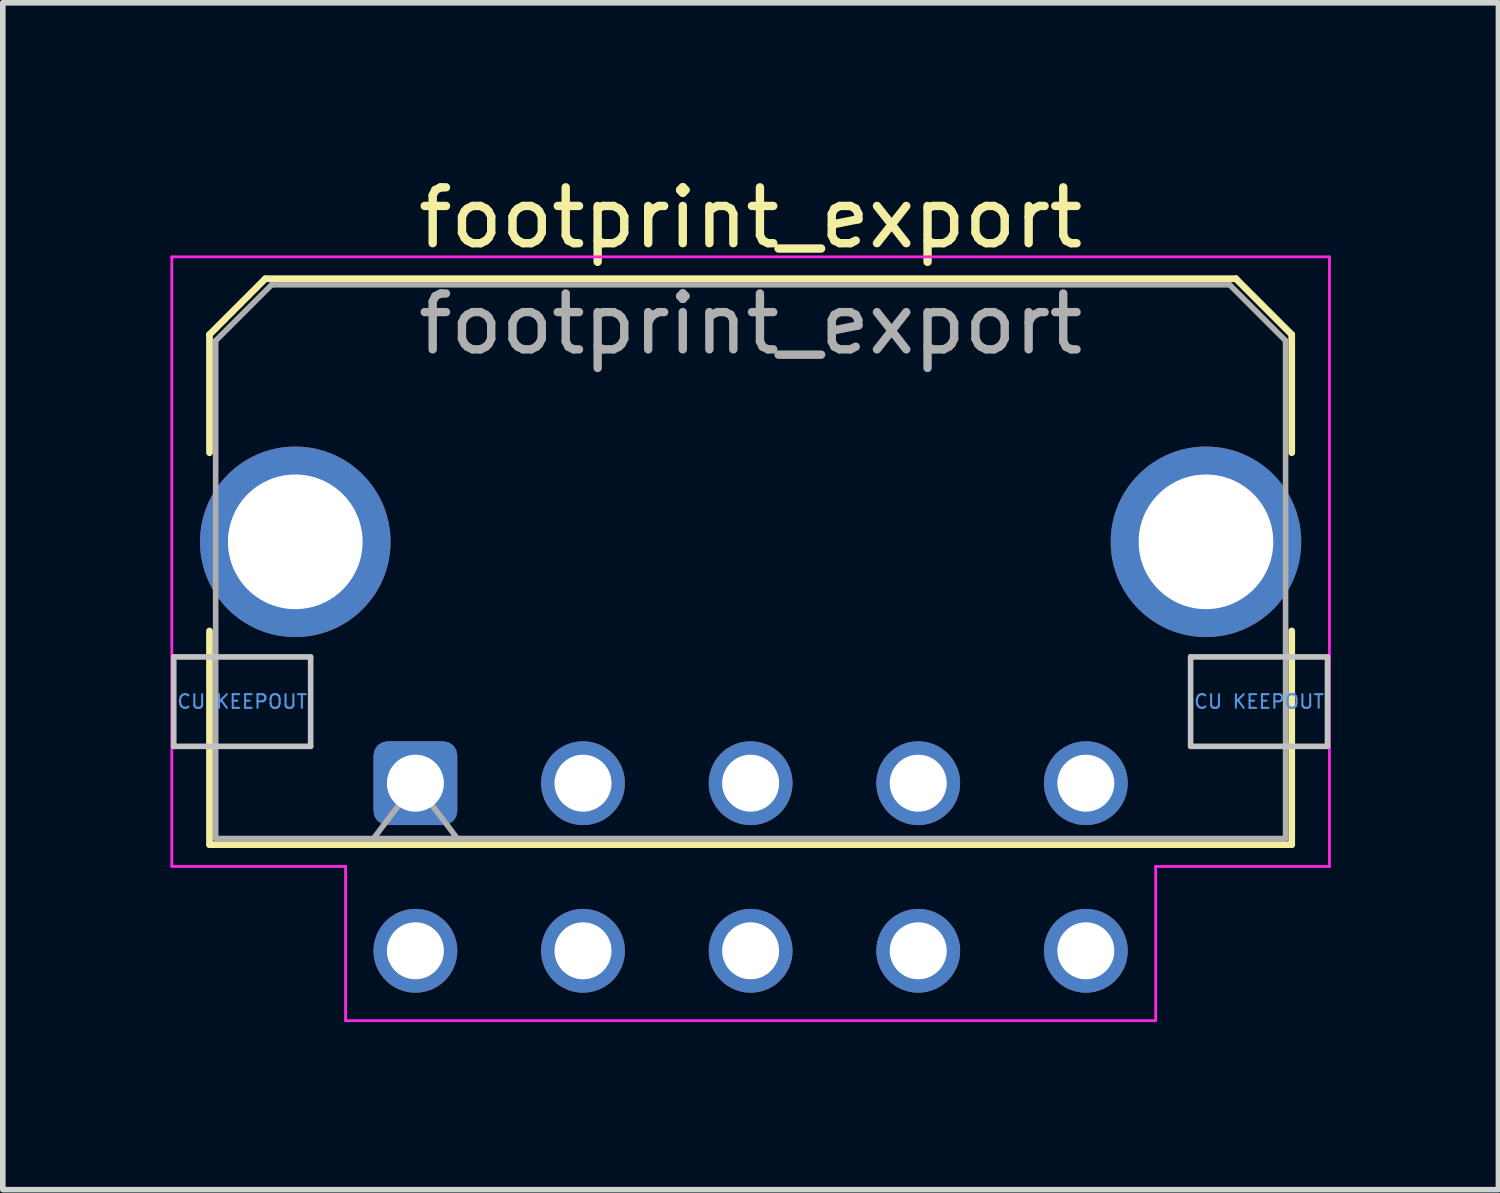
<source format=kicad_pcb>
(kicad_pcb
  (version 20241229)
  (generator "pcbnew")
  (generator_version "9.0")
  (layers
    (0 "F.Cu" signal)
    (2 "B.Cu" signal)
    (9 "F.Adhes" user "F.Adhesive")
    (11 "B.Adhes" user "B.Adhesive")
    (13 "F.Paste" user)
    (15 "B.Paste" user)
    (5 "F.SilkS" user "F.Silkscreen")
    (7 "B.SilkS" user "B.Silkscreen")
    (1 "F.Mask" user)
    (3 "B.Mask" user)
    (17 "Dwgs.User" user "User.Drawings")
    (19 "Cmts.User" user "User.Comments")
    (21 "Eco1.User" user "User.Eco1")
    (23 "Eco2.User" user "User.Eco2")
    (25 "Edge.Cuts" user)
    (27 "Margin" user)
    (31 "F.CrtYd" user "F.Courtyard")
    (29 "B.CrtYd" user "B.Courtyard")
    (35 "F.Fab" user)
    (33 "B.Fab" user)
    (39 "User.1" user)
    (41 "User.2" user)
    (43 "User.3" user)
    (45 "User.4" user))
  (footprint "footprint_export"
    (layer "F.Cu")
    (at 4.385 10.968)
    (property "Reference" "footprint_export" (at 6 -10.12 0) (layer "F.SilkS") (effects (font (size 1 1) (thickness 0.15))))
    (attr through_hole)
    (fp_line (start -3.685 -8.03) (end -2.685 -9.03) (stroke (width 0.12) (type solid)) (layer "F.SilkS"))
    (fp_line (start -3.685 -5.915) (end -3.685 -8.03) (stroke (width 0.12) (type solid)) (layer "F.SilkS"))
    (fp_line (start -3.685 -2.725) (end -3.685 1.1) (stroke (width 0.12) (type solid)) (layer "F.SilkS"))
    (fp_line (start -3.685 1.1) (end 15.685 1.1) (stroke (width 0.12) (type solid)) (layer "F.SilkS"))
    (fp_line (start -2.685 -9.03) (end 14.685 -9.03) (stroke (width 0.12) (type solid)) (layer "F.SilkS"))
    (fp_line (start 14.685 -9.03) (end 15.685 -8.03) (stroke (width 0.12) (type solid)) (layer "F.SilkS"))
    (fp_line (start 15.685 -8.03) (end 15.685 -5.915) (stroke (width 0.12) (type solid)) (layer "F.SilkS"))
    (fp_line (start 15.685 1.1) (end 15.685 -2.725) (stroke (width 0.12) (type solid)) (layer "F.SilkS"))
    (fp_line (start -4.325 -2.26) (end -4.325 -0.66) (stroke (width 0.1) (type solid)) (layer "Dwgs.User"))
    (fp_line (start -4.325 -0.66) (end -1.875 -0.66) (stroke (width 0.1) (type solid)) (layer "Dwgs.User"))
    (fp_line (start -1.875 -2.26) (end -4.325 -2.26) (stroke (width 0.1) (type solid)) (layer "Dwgs.User"))
    (fp_line (start -1.875 -0.66) (end -1.875 -2.26) (stroke (width 0.1) (type solid)) (layer "Dwgs.User"))
    (fp_line (start 13.875 -2.26) (end 13.875 -0.66) (stroke (width 0.1) (type solid)) (layer "Dwgs.User"))
    (fp_line (start 13.875 -0.66) (end 16.325 -0.66) (stroke (width 0.1) (type solid)) (layer "Dwgs.User"))
    (fp_line (start 16.325 -2.26) (end 13.875 -2.26) (stroke (width 0.1) (type solid)) (layer "Dwgs.User"))
    (fp_line (start 16.325 -0.66) (end 16.325 -2.26) (stroke (width 0.1) (type solid)) (layer "Dwgs.User"))
    (fp_line (start -4.36 -9.42) (end 16.36 -9.42) (stroke (width 0.05) (type solid)) (layer "F.CrtYd"))
    (fp_line (start -4.36 1.49) (end -4.36 -9.42) (stroke (width 0.05) (type solid)) (layer "F.CrtYd"))
    (fp_line (start -1.25 1.49) (end -4.36 1.49) (stroke (width 0.05) (type solid)) (layer "F.CrtYd"))
    (fp_line (start -1.25 4.25) (end -1.25 1.49) (stroke (width 0.05) (type solid)) (layer "F.CrtYd"))
    (fp_line (start 13.25 1.49) (end 13.25 4.25) (stroke (width 0.05) (type solid)) (layer "F.CrtYd"))
    (fp_line (start 13.25 4.25) (end -1.25 4.25) (stroke (width 0.05) (type solid)) (layer "F.CrtYd"))
    (fp_line (start 16.36 -9.42) (end 16.36 1.49) (stroke (width 0.05) (type solid)) (layer "F.CrtYd"))
    (fp_line (start 16.36 1.49) (end 13.25 1.49) (stroke (width 0.05) (type solid)) (layer "F.CrtYd"))
    (fp_line (start -3.575 -7.92) (end -2.575 -8.92) (stroke (width 0.1) (type solid)) (layer "F.Fab"))
    (fp_line (start -3.575 0.99) (end -3.575 -7.92) (stroke (width 0.1) (type solid)) (layer "F.Fab"))
    (fp_line (start -2.575 -8.92) (end 14.575 -8.92) (stroke (width 0.1) (type solid)) (layer "F.Fab"))
    (fp_line (start -0.75 0.99) (end 0 0) (stroke (width 0.1) (type solid)) (layer "F.Fab"))
    (fp_line (start 0 0) (end 0.75 0.99) (stroke (width 0.1) (type solid)) (layer "F.Fab"))
    (fp_line (start 14.575 -8.92) (end 15.575 -7.92) (stroke (width 0.1) (type solid)) (layer "F.Fab"))
    (fp_line (start 15.575 -7.92) (end 15.575 0.99) (stroke (width 0.1) (type solid)) (layer "F.Fab"))
    (fp_line (start 15.575 0.99) (end -3.575 0.99) (stroke (width 0.1) (type solid)) (layer "F.Fab"))
    (fp_text user "CU KEEPOUT" (at 15.1 -1.46 0) (layer "Cmts.User") (effects (font (size 0.245 0.245) (thickness 0.037))))
    (fp_text user "CU KEEPOUT" (at -3.1 -1.46 0) (layer "Cmts.User") (effects (font (size 0.245 0.245) (thickness 0.037))))
    (fp_text user "${REFERENCE}" (at 6 -8.22 0) (layer "F.Fab") (effects (font (size 1 1) (thickness 0.15))))
    (pad "1" thru_hole roundrect (at 0 0) (size 1.5 1.5) (drill 1.02) (layers "*.Cu" "*.Mask") (roundrect_rratio 0.167))
    (pad "2" thru_hole circle (at 3 0) (size 1.5 1.5) (drill 1.02) (layers "*.Cu" "*.Mask"))
    (pad "3" thru_hole circle (at 6 0) (size 1.5 1.5) (drill 1.02) (layers "*.Cu" "*.Mask"))
    (pad "4" thru_hole circle (at 9 0) (size 1.5 1.5) (drill 1.02) (layers "*.Cu" "*.Mask"))
    (pad "5" thru_hole circle (at 12 0) (size 1.5 1.5) (drill 1.02) (layers "*.Cu" "*.Mask"))
    (pad "6" thru_hole circle (at 0 3) (size 1.5 1.5) (drill 1.02) (layers "*.Cu" "*.Mask"))
    (pad "7" thru_hole circle (at 3 3) (size 1.5 1.5) (drill 1.02) (layers "*.Cu" "*.Mask"))
    (pad "8" thru_hole circle (at 6 3) (size 1.5 1.5) (drill 1.02) (layers "*.Cu" "*.Mask"))
    (pad "9" thru_hole circle (at 9 3) (size 1.5 1.5) (drill 1.02) (layers "*.Cu" "*.Mask"))
    (pad "10" thru_hole circle (at 12 3) (size 1.5 1.5) (drill 1.02) (layers "*.Cu" "*.Mask"))
    (pad "MP" thru_hole circle (at -2.15 -4.32) (size 3.41 3.41) (drill 2.41) (layers "*.Cu" "*.Mask"))
    (pad "MP" thru_hole circle (at 14.15 -4.32) (size 3.41 3.41) (drill 2.41) (layers "*.Cu" "*.Mask")))
  (gr_rect
    (start -3 -3)
    (end 23.77 18.243)
    (stroke (width 0.1) (type default))
    (fill no)
    (layer "Edge.Cuts")))
</source>
